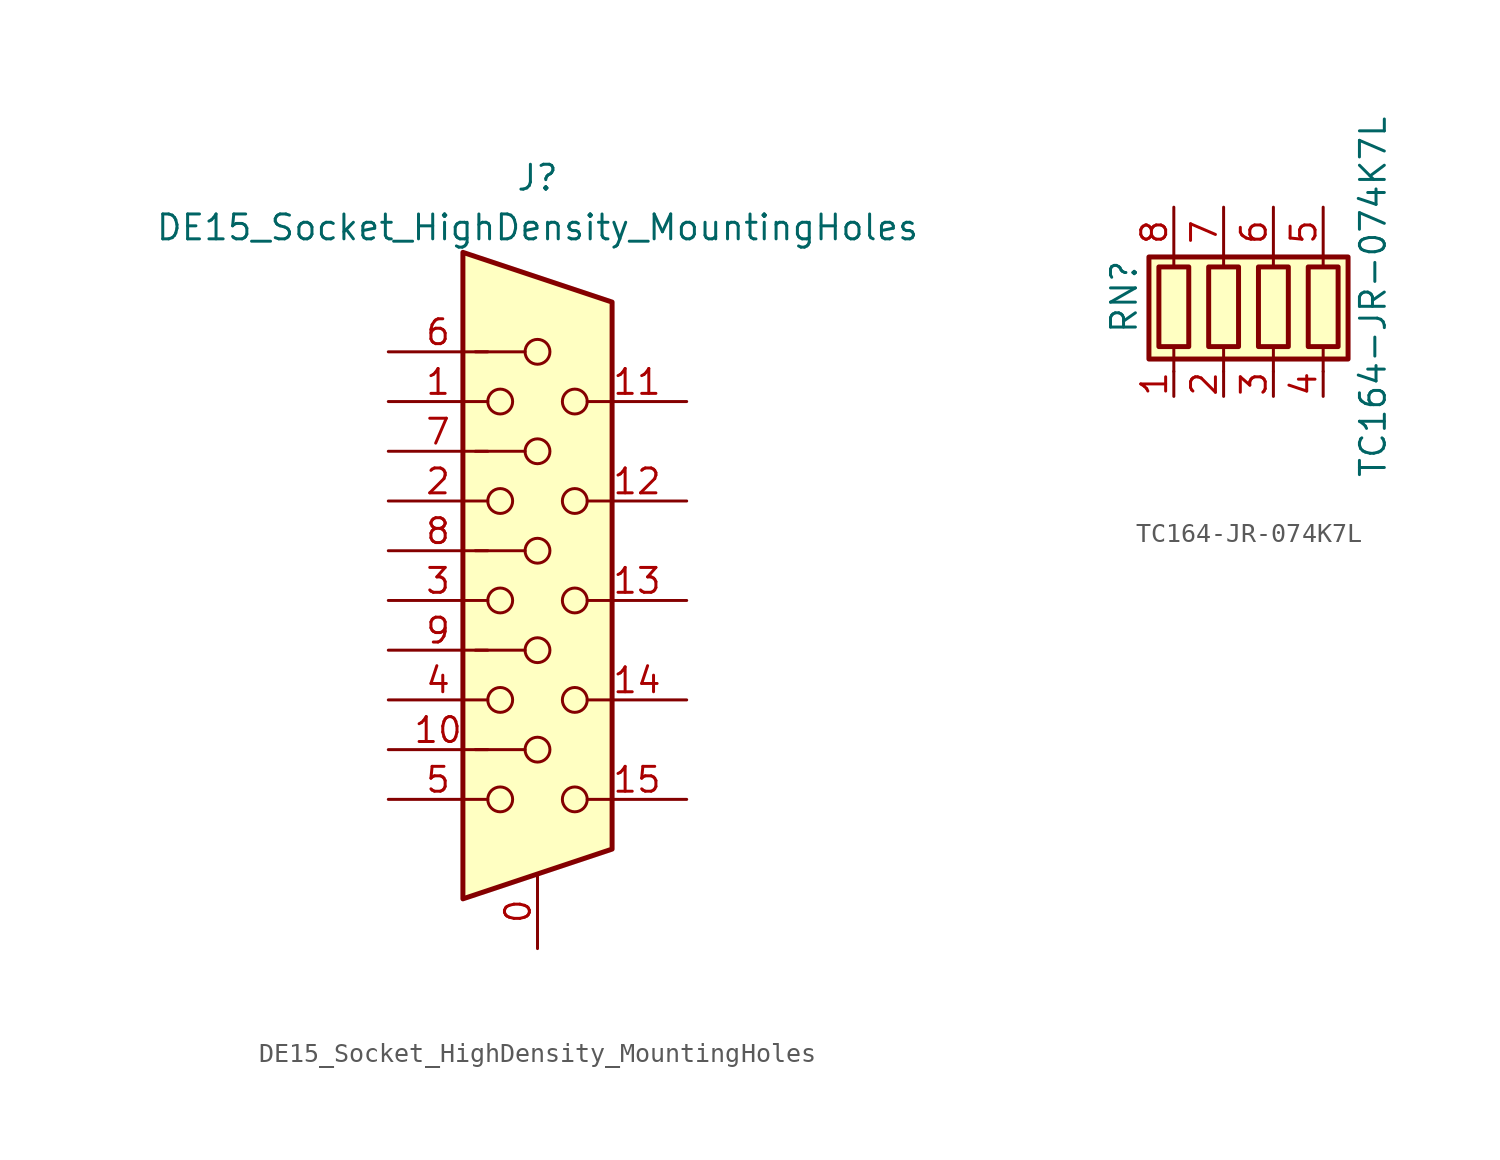
<source format=kicad_sym>
(kicad_symbol_lib
  (version 20241209)
  (generator "kicad_symbol_editor")
  (generator_version "9.0")
  (symbol "DE15_Socket_HighDensity_MountingHoles"
    (pin_names
      (offset 1.016)
      (hide yes))
    (property "Reference" "J"
      (at 0 21.59 0)
      (effects (font (size 1.27 1.27))))
    (property "Value" "DE15_Socket_HighDensity_MountingHoles"
      (at 0 19.05 0)
      (effects (font (size 1.27 1.27))))
    (symbol "DE15_Socket_HighDensity_MountingHoles_0_1"
      (polyline (pts (xy -3.81 17.78) (xy -3.81 -15.24) (xy 3.81 -12.7) (xy 3.81 15.24) (xy -3.81 17.78)) (stroke (width 0.254) (type default)) (fill (type background)))
      (polyline (pts (xy -3.175 7.62) (xy -0.635 7.62)) (stroke (width 0) (type default)) (fill (type none)))
      (circle (center -1.905 10.16) (radius 0.635) (stroke (width 0) (type default)) (fill (type none)))
      (circle (center -1.905 5.08) (radius 0.635) (stroke (width 0) (type default)) (fill (type none)))
      (circle (center -1.905 0) (radius 0.635) (stroke (width 0) (type default)) (fill (type none)))
      (circle (center -1.905 -5.08) (radius 0.635) (stroke (width 0) (type default)) (fill (type none)))
      (circle (center -1.905 -10.16) (radius 0.635) (stroke (width 0) (type default)) (fill (type none)))
      (polyline (pts (xy -0.635 12.7) (xy -3.175 12.7)) (stroke (width 0) (type default)) (fill (type none)))
      (polyline (pts (xy -0.635 2.54) (xy -3.175 2.54)) (stroke (width 0) (type default)) (fill (type none)))
      (polyline (pts (xy -0.635 -2.54) (xy -3.175 -2.54)) (stroke (width 0) (type default)) (fill (type none)))
      (polyline (pts (xy -0.635 -7.62) (xy -3.175 -7.62)) (stroke (width 0) (type default)) (fill (type none)))
      (circle (center 0 12.7) (radius 0.635) (stroke (width 0) (type default)) (fill (type none)))
      (circle (center 0 7.62) (radius 0.635) (stroke (width 0) (type default)) (fill (type none)))
      (circle (center 0 2.54) (radius 0.635) (stroke (width 0) (type default)) (fill (type none)))
      (circle (center 0 -2.54) (radius 0.635) (stroke (width 0) (type default)) (fill (type none)))
      (circle (center 0 -7.62) (radius 0.635) (stroke (width 0) (type default)) (fill (type none)))
      (circle (center 1.905 10.16) (radius 0.635) (stroke (width 0) (type default)) (fill (type none)))
      (circle (center 1.905 5.08) (radius 0.635) (stroke (width 0) (type default)) (fill (type none)))
      (circle (center 1.905 0) (radius 0.635) (stroke (width 0) (type default)) (fill (type none)))
      (circle (center 1.905 -5.08) (radius 0.635) (stroke (width 0) (type default)) (fill (type none)))
      (circle (center 1.905 -10.16) (radius 0.635) (stroke (width 0) (type default)) (fill (type none))))
    (symbol "DE15_Socket_HighDensity_MountingHoles_1_1"
      (pin passive line (at -7.62 12.7 0) (length 5.08) (name "~" (effects (font (size 1.27 1.27)))) (number "6" (effects (font (size 1.27 1.27)))))
      (pin passive line (at -7.62 10.16 0) (length 5.08) (name "~" (effects (font (size 1.27 1.27)))) (number "1" (effects (font (size 1.27 1.27)))))
      (pin passive line (at -7.62 7.62 0) (length 5.08) (name "~" (effects (font (size 1.27 1.27)))) (number "7" (effects (font (size 1.27 1.27)))))
      (pin passive line (at -7.62 5.08 0) (length 5.08) (name "~" (effects (font (size 1.27 1.27)))) (number "2" (effects (font (size 1.27 1.27)))))
      (pin passive line (at -7.62 2.54 0) (length 5.08) (name "~" (effects (font (size 1.27 1.27)))) (number "8" (effects (font (size 1.27 1.27)))))
      (pin passive line (at -7.62 0 0) (length 5.08) (name "~" (effects (font (size 1.27 1.27)))) (number "3" (effects (font (size 1.27 1.27)))))
      (pin passive line (at -7.62 -2.54 0) (length 5.08) (name "~" (effects (font (size 1.27 1.27)))) (number "9" (effects (font (size 1.27 1.27)))))
      (pin passive line (at -7.62 -5.08 0) (length 5.08) (name "~" (effects (font (size 1.27 1.27)))) (number "4" (effects (font (size 1.27 1.27)))))
      (pin passive line (at -7.62 -7.62 0) (length 5.08) (name "~" (effects (font (size 1.27 1.27)))) (number "10" (effects (font (size 1.27 1.27)))))
      (pin passive line (at -7.62 -10.16 0) (length 5.08) (name "~" (effects (font (size 1.27 1.27)))) (number "5" (effects (font (size 1.27 1.27)))))
      (pin passive line (at 0 -17.78 90) (length 3.81) (name "~" (effects (font (size 1.27 1.27)))) (number "0" (effects (font (size 1.27 1.27)))))
      (pin passive line (at 7.62 10.16 180) (length 5.08) (name "~" (effects (font (size 1.27 1.27)))) (number "11" (effects (font (size 1.27 1.27)))))
      (pin passive line (at 7.62 5.08 180) (length 5.08) (name "~" (effects (font (size 1.27 1.27)))) (number "12" (effects (font (size 1.27 1.27)))))
      (pin passive line (at 7.62 0 180) (length 5.08) (name "~" (effects (font (size 1.27 1.27)))) (number "13" (effects (font (size 1.27 1.27)))))
      (pin passive line (at 7.62 -5.08 180) (length 5.08) (name "~" (effects (font (size 1.27 1.27)))) (number "14" (effects (font (size 1.27 1.27)))))
      (pin passive line (at 7.62 -10.16 180) (length 5.08) (name "~" (effects (font (size 1.27 1.27)))) (number "15" (effects (font (size 1.27 1.27)))))))
  (symbol "TC164-JR-074K7L"
    (pin_names
      (offset 0)
      (hide yes))
    (property "Reference" "RN"
      (at -7.62 0 90)
      (effects (font (size 1.27 1.27))))
    (property "Value" "TC164-JR-074K7L"
      (at 5.08 0 90)
      (effects (font (size 1.27 1.27))))
    (symbol "TC164-JR-074K7L_0_1"
      (rectangle (start -6.35 2.032) (end 3.81 -3.175) (stroke (width 0.254) (type default)) (fill (type background)))
      (rectangle (start -5.842 1.524) (end -4.318 -2.54) (stroke (width 0.254) (type default)) (fill (type none)))
      (polyline (pts (xy -5.08 2.032) (xy -5.08 1.524)) (stroke (width 0) (type default)) (fill (type none)))
      (polyline (pts (xy -5.08 -2.54) (xy -5.08 -3.81)) (stroke (width 0) (type default)) (fill (type none)))
      (rectangle (start -3.302 1.524) (end -1.778 -2.54) (stroke (width 0.254) (type default)) (fill (type none)))
      (polyline (pts (xy -2.54 2.032) (xy -2.54 1.524)) (stroke (width 0) (type default)) (fill (type none)))
      (polyline (pts (xy -2.54 -2.54) (xy -2.54 -3.81)) (stroke (width 0) (type default)) (fill (type none)))
      (rectangle (start -0.762 1.524) (end 0.762 -2.54) (stroke (width 0.254) (type default)) (fill (type none)))
      (polyline (pts (xy 0 2.032) (xy 0 1.524)) (stroke (width 0) (type default)) (fill (type none)))
      (polyline (pts (xy 0 -2.54) (xy 0 -3.81)) (stroke (width 0) (type default)) (fill (type none)))
      (rectangle (start 1.778 1.524) (end 3.302 -2.54) (stroke (width 0.254) (type default)) (fill (type none)))
      (polyline (pts (xy 2.54 2.032) (xy 2.54 1.524)) (stroke (width 0) (type default)) (fill (type none)))
      (polyline (pts (xy 2.54 -2.54) (xy 2.54 -3.81)) (stroke (width 0) (type default)) (fill (type none))))
    (symbol "TC164-JR-074K7L_1_1"
      (pin passive line (at -5.08 4.572 270) (length 2.54) (name "R1" (effects (font (size 1.27 1.27)))) (number "8" (effects (font (size 1.27 1.27)))))
      (pin passive line (at -5.08 -5.08 90) (length 1.27) (name "R1" (effects (font (size 1.27 1.27)))) (number "1" (effects (font (size 1.27 1.27)))))
      (pin passive line (at -2.54 4.572 270) (length 2.54) (name "R2" (effects (font (size 1.27 1.27)))) (number "7" (effects (font (size 1.27 1.27)))))
      (pin passive line (at -2.54 -5.08 90) (length 1.27) (name "R2" (effects (font (size 1.27 1.27)))) (number "2" (effects (font (size 1.27 1.27)))))
      (pin passive line (at 0 4.572 270) (length 2.54) (name "R3" (effects (font (size 1.27 1.27)))) (number "6" (effects (font (size 1.27 1.27)))))
      (pin passive line (at 0 -5.08 90) (length 1.27) (name "R3" (effects (font (size 1.27 1.27)))) (number "3" (effects (font (size 1.27 1.27)))))
      (pin passive line (at 2.54 4.572 270) (length 2.54) (name "R4" (effects (font (size 1.27 1.27)))) (number "5" (effects (font (size 1.27 1.27)))))
      (pin passive line (at 2.54 -5.08 90) (length 1.27) (name "R4" (effects (font (size 1.27 1.27)))) (number "4" (effects (font (size 1.27 1.27))))))))
</source>
